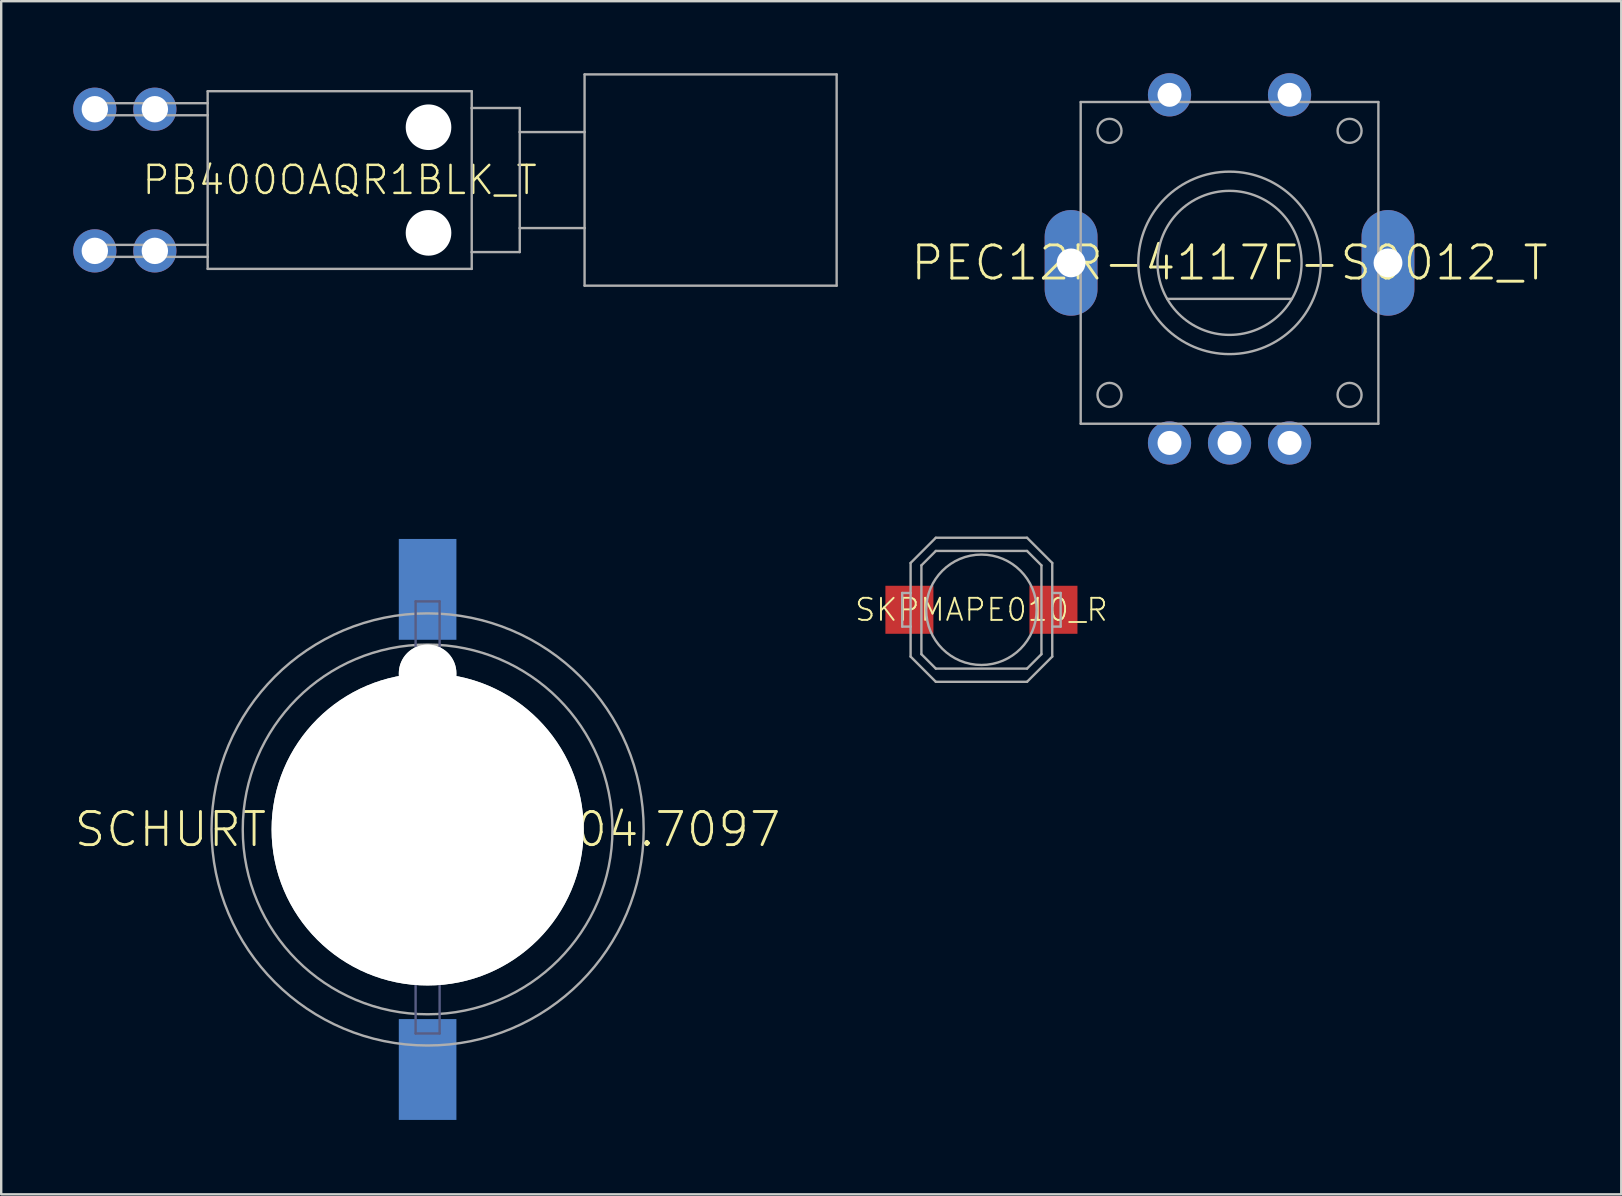
<source format=kicad_pcb>
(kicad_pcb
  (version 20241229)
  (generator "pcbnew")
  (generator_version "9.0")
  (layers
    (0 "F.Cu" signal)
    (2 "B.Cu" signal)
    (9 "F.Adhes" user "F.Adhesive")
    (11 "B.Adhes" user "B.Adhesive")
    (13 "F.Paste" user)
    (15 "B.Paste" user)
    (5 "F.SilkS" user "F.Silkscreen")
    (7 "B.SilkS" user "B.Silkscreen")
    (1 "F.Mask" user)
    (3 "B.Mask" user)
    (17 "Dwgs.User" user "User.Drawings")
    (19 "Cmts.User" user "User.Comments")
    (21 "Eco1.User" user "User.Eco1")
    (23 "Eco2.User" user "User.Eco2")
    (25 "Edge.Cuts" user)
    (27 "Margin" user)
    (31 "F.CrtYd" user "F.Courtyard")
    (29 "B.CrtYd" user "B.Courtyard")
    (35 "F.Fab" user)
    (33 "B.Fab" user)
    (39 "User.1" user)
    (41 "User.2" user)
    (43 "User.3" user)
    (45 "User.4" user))
  (footprint "SKPMAPE010_R"
    (layer "F.Cu")
    (at 37.831 22.35)
    (property "Reference" "SKPMAPE010_R" (at 0 0 0) (unlocked yes) (layer "F.SilkS") (effects (font (size 0.92 0.92) (thickness 0.08))))
    (fp_poly (pts (xy -2 1) (xy -4 1) (xy -4 -1) (xy -2 -1)) (stroke (width 0) (type default)) (fill yes) (layer "F.Paste"))
    (fp_poly (pts (xy 4 1) (xy 2 1) (xy 2 -1) (xy 4 -1)) (stroke (width 0) (type default)) (fill yes) (layer "F.Paste"))
    (fp_line (start -3.3 -0.7) (end -3.3 0.7) (stroke (width 0.1) (type solid)) (layer "F.Fab"))
    (fp_line (start -3.3 0.7) (end -2.95 0.7) (stroke (width 0.1) (type solid)) (layer "F.Fab"))
    (fp_line (start -2.95 -1.95) (end -1.9 -3) (stroke (width 0.1) (type solid)) (layer "F.Fab"))
    (fp_line (start -2.95 -0.7) (end -3.3 -0.7) (stroke (width 0.1) (type solid)) (layer "F.Fab"))
    (fp_line (start -2.95 -0.7) (end -2.95 -1.95) (stroke (width 0.1) (type solid)) (layer "F.Fab"))
    (fp_line (start -2.95 0.7) (end -2.95 -0.7) (stroke (width 0.1) (type solid)) (layer "F.Fab"))
    (fp_line (start -2.95 1.95) (end -2.95 0.7) (stroke (width 0.1) (type solid)) (layer "F.Fab"))
    (fp_line (start -2.95 1.95) (end -1.9 3) (stroke (width 0.1) (type solid)) (layer "F.Fab"))
    (fp_line (start -2.5 -1.85) (end -1.9 -2.45) (stroke (width 0.1) (type solid)) (layer "F.Fab"))
    (fp_line (start -2.5 1.85) (end -2.5 -1.85) (stroke (width 0.1) (type solid)) (layer "F.Fab"))
    (fp_line (start -2.5 1.85) (end -1.9 2.45) (stroke (width 0.1) (type solid)) (layer "F.Fab"))
    (fp_line (start -1.9 -3) (end 1.9 -3) (stroke (width 0.1) (type solid)) (layer "F.Fab"))
    (fp_line (start -1.9 -2.45) (end 1.9 -2.45) (stroke (width 0.1) (type solid)) (layer "F.Fab"))
    (fp_line (start 1.9 2.45) (end -1.9 2.45) (stroke (width 0.1) (type solid)) (layer "F.Fab"))
    (fp_line (start 1.9 3) (end -1.9 3) (stroke (width 0.1) (type solid)) (layer "F.Fab"))
    (fp_line (start 2.5 -1.85) (end 1.9 -2.45) (stroke (width 0.1) (type solid)) (layer "F.Fab"))
    (fp_line (start 2.5 -1.85) (end 2.5 1.85) (stroke (width 0.1) (type solid)) (layer "F.Fab"))
    (fp_line (start 2.5 1.85) (end 1.9 2.45) (stroke (width 0.1) (type solid)) (layer "F.Fab"))
    (fp_line (start 2.95 -1.95) (end 1.9 -3) (stroke (width 0.1) (type solid)) (layer "F.Fab"))
    (fp_line (start 2.95 -1.95) (end 2.95 1.95) (stroke (width 0.1) (type solid)) (layer "F.Fab"))
    (fp_line (start 2.95 0.7) (end 3.3 0.7) (stroke (width 0.1) (type solid)) (layer "F.Fab"))
    (fp_line (start 2.95 1.95) (end 1.9 3) (stroke (width 0.1) (type solid)) (layer "F.Fab"))
    (fp_line (start 3.3 -0.7) (end 2.95 -0.7) (stroke (width 0.1) (type solid)) (layer "F.Fab"))
    (fp_line (start 3.3 0.7) (end 3.3 -0.7) (stroke (width 0.1) (type solid)) (layer "F.Fab"))
    (fp_circle (center 0 0) (end 2.3 0) (stroke (width 0.1) (type solid)) (fill no) (layer "F.Fab"))
    (pad "1" smd rect (at -3 0) (size 2 2) (layers "F.Cu" "F.Mask"))
    (pad "2" smd rect (at 3 0) (size 2 2) (layers "F.Cu" "F.Mask")))
  (footprint "PB400OAQR1BLK_T"
    (layer "F.Cu")
    (at 2.15 4.45)
    (property "Reference" "PB400OAQR1BLK_T" (at 8.95 0 0) (unlocked yes) (layer "F.SilkS") (effects (font (size 1.168 1.168) (thickness 0.102))))
    (fp_line (start -1.25 -3.2) (end -1.25 -2.7) (stroke (width 0.1) (type solid)) (layer "F.Fab"))
    (fp_line (start -1.25 -2.7) (end 3.45 -2.7) (stroke (width 0.1) (type solid)) (layer "F.Fab"))
    (fp_line (start -1.25 2.7) (end -1.25 3.2) (stroke (width 0.1) (type solid)) (layer "F.Fab"))
    (fp_line (start -1.25 3.2) (end 3.45 3.2) (stroke (width 0.1) (type solid)) (layer "F.Fab"))
    (fp_line (start 3.45 -3.7) (end 3.45 -3.2) (stroke (width 0.1) (type solid)) (layer "F.Fab"))
    (fp_line (start 3.45 -3.2) (end -1.25 -3.2) (stroke (width 0.1) (type solid)) (layer "F.Fab"))
    (fp_line (start 3.45 -3.2) (end 3.45 -2.7) (stroke (width 0.1) (type solid)) (layer "F.Fab"))
    (fp_line (start 3.45 -2.7) (end 3.45 2.7) (stroke (width 0.1) (type solid)) (layer "F.Fab"))
    (fp_line (start 3.45 2.7) (end -1.25 2.7) (stroke (width 0.1) (type solid)) (layer "F.Fab"))
    (fp_line (start 3.45 2.7) (end 3.45 3.2) (stroke (width 0.1) (type solid)) (layer "F.Fab"))
    (fp_line (start 3.45 3.2) (end 3.45 3.7) (stroke (width 0.1) (type solid)) (layer "F.Fab"))
    (fp_line (start 3.45 3.7) (end 14.45 3.7) (stroke (width 0.1) (type solid)) (layer "F.Fab"))
    (fp_line (start 14.45 -3.7) (end 3.45 -3.7) (stroke (width 0.1) (type solid)) (layer "F.Fab"))
    (fp_line (start 14.45 -3) (end 14.45 -3.7) (stroke (width 0.1) (type solid)) (layer "F.Fab"))
    (fp_line (start 14.45 -3) (end 16.45 -3) (stroke (width 0.1) (type solid)) (layer "F.Fab"))
    (fp_line (start 14.45 3) (end 14.45 -3) (stroke (width 0.1) (type solid)) (layer "F.Fab"))
    (fp_line (start 14.45 3.7) (end 14.45 3) (stroke (width 0.1) (type solid)) (layer "F.Fab"))
    (fp_line (start 16.45 -3) (end 16.45 -2) (stroke (width 0.1) (type solid)) (layer "F.Fab"))
    (fp_line (start 16.45 -2) (end 16.45 2) (stroke (width 0.1) (type solid)) (layer "F.Fab"))
    (fp_line (start 16.45 2) (end 16.45 3) (stroke (width 0.1) (type solid)) (layer "F.Fab"))
    (fp_line (start 16.45 2) (end 19.15 2) (stroke (width 0.1) (type solid)) (layer "F.Fab"))
    (fp_line (start 16.45 3) (end 14.45 3) (stroke (width 0.1) (type solid)) (layer "F.Fab"))
    (fp_line (start 19.15 -4.4) (end 29.65 -4.4) (stroke (width 0.1) (type solid)) (layer "F.Fab"))
    (fp_line (start 19.15 -2) (end 16.45 -2) (stroke (width 0.1) (type solid)) (layer "F.Fab"))
    (fp_line (start 19.15 -2) (end 19.15 -4.4) (stroke (width 0.1) (type solid)) (layer "F.Fab"))
    (fp_line (start 19.15 2) (end 19.15 -2) (stroke (width 0.1) (type solid)) (layer "F.Fab"))
    (fp_line (start 19.15 4.4) (end 19.15 2) (stroke (width 0.1) (type solid)) (layer "F.Fab"))
    (fp_line (start 29.65 -4.4) (end 29.65 4.4) (stroke (width 0.1) (type solid)) (layer "F.Fab"))
    (fp_line (start 29.65 4.4) (end 19.15 4.4) (stroke (width 0.1) (type solid)) (layer "F.Fab"))
    (pad "" np_thru_hole circle (at 12.65 -2.2) (size 1.9 1.9) (drill 1.9) (layers "*.Cu" "*.Mask"))
    (pad "" np_thru_hole circle (at 12.65 2.2) (size 1.9 1.9) (drill 1.9) (layers "*.Cu" "*.Mask"))
    (pad "1" thru_hole circle (at -1.25 2.95) (size 1.8 1.8) (drill 1.1) (layers "*.Cu" "*.Mask"))
    (pad "2" thru_hole circle (at 1.25 2.95) (size 1.8 1.8) (drill 1.1) (layers "*.Cu" "*.Mask"))
    (pad "3" thru_hole circle (at -1.25 -2.95) (size 1.8 1.8) (drill 1.1) (layers "*.Cu" "*.Mask"))
    (pad "4" thru_hole circle (at 1.25 -2.95) (size 1.8 1.8) (drill 1.1) (layers "*.Cu" "*.Mask")))
  (footprint "PEC12R-4117F-S0012_T"
    (layer "F.Cu")
    (at 48.166 7.9)
    (property "Reference" "PEC12R-4117F-S0012_T" (at 0 0 0) (unlocked yes) (layer "F.SilkS") (effects (font (size 1.38 1.38) (thickness 0.12))))
    (fp_line (start -6.2 -6.7) (end -6.2 6.7) (stroke (width 0.1) (type solid)) (layer "F.Fab"))
    (fp_line (start -6.2 6.7) (end 6.2 6.7) (stroke (width 0.1) (type solid)) (layer "F.Fab"))
    (fp_line (start -2.598 1.5) (end 2.598 1.5) (stroke (width 0.1) (type solid)) (layer "F.Fab"))
    (fp_line (start 6.2 -6.7) (end -6.2 -6.7) (stroke (width 0.1) (type solid)) (layer "F.Fab"))
    (fp_line (start 6.2 6.7) (end 6.2 -6.7) (stroke (width 0.1) (type solid)) (layer "F.Fab"))
    (fp_circle (center -5 -5.5) (end -4.5 -5.5) (stroke (width 0.1) (type solid)) (fill no) (layer "F.Fab"))
    (fp_circle (center -5 5.5) (end -4.5 5.5) (stroke (width 0.1) (type solid)) (fill no) (layer "F.Fab"))
    (fp_circle (center 0 0) (end 3 0) (stroke (width 0.1) (type solid)) (fill no) (layer "F.Fab"))
    (fp_circle (center 0 0) (end 3.8 0) (stroke (width 0.1) (type solid)) (fill no) (layer "F.Fab"))
    (fp_circle (center 5 -5.5) (end 5.5 -5.5) (stroke (width 0.1) (type solid)) (fill no) (layer "F.Fab"))
    (fp_circle (center 5 5.5) (end 5.5 5.5) (stroke (width 0.1) (type solid)) (fill no) (layer "F.Fab"))
    (pad "1" thru_hole circle (at -2.5 -7) (size 1.8 1.8) (drill 1) (layers "*.Cu" "*.Mask"))
    (pad "2" thru_hole circle (at 2.5 -7) (size 1.8 1.8) (drill 1) (layers "*.Cu" "*.Mask"))
    (pad "A" thru_hole circle (at -2.5 7.5) (size 1.8 1.8) (drill 1) (layers "*.Cu" "*.Mask"))
    (pad "B" thru_hole circle (at 2.5 7.5) (size 1.8 1.8) (drill 1) (layers "*.Cu" "*.Mask"))
    (pad "C" thru_hole circle (at 0 7.5) (size 1.8 1.8) (drill 1) (layers "*.Cu" "*.Mask"))
    (pad "S1" thru_hole oval (at -6.6 0 90) (size 4.4 2.2) (drill 1.2) (layers "*.Cu" "*.Mask"))
    (pad "S2" thru_hole oval (at 6.6 0 90) (size 4.4 2.2) (drill 1.2) (layers "*.Cu" "*.Mask")))
  (footprint "SCHURTER-1241.1104.7097"
    (layer "F.Cu")
    (at 14.762 31.5)
    (property "Reference" "SCHURTER-1241.1104.7097" (at 0 0 0) (unlocked yes) (layer "F.SilkS") (effects (font (size 1.38 1.38) (thickness 0.12))))
    (fp_poly (pts (xy -1.3 -6.35) (xy 1.3 -6.35) (xy 1.3 -12.2) (xy -1.3 -12.2)) (stroke (width 0) (type default)) (fill yes) (layer "B.Mask"))
    (fp_poly (pts (xy -1.3 12.2) (xy 1.3 12.2) (xy 1.3 7.8) (xy -1.3 7.8)) (stroke (width 0) (type default)) (fill yes) (layer "B.Mask"))
    (fp_line (start 0 -6.5) (end 0 -5.3) (stroke (width 2.4) (type solid)) (layer "Edge.Cuts"))
    (fp_circle (center 0 0) (end 5.3 0) (stroke (width 2.4) (type solid)) (fill no) (layer "Edge.Cuts"))
    (fp_line (start -0.5 -9.5) (end 0.5 -9.5) (stroke (width 0.1) (type solid)) (layer "B.Fab"))
    (fp_line (start -0.5 -7.5) (end -0.5 -9.5) (stroke (width 0.1) (type solid)) (layer "B.Fab"))
    (fp_line (start -0.5 6.5) (end -0.5 8.5) (stroke (width 0.1) (type solid)) (layer "B.Fab"))
    (fp_line (start -0.5 8.5) (end 0.5 8.5) (stroke (width 0.1) (type solid)) (layer "B.Fab"))
    (fp_line (start 0.5 -9.5) (end 0.5 -7.5) (stroke (width 0.1) (type solid)) (layer "B.Fab"))
    (fp_line (start 0.5 8.5) (end 0.5 6.5) (stroke (width 0.1) (type solid)) (layer "B.Fab"))
    (fp_circle (center 0 0) (end 7.7 0) (stroke (width 0.1) (type solid)) (fill no) (layer "F.Fab"))
    (fp_circle (center 0 0) (end 9 0) (stroke (width 0.1) (type solid)) (fill no) (layer "F.Fab"))
    (pad "" np_thru_hole circle (at 0 -6.5) (size 2.4 2.4) (drill 2.4) (layers "*.Cu" "*.Mask"))
    (pad "" np_thru_hole circle (at 0 0) (size 13 13) (drill 13) (layers "*.Cu" "*.Mask"))
    (pad "P$1" smd rect (at 0 -10) (size 2.4 4.2) (layers "B.Cu" "B.Paste"))
    (pad "P$2" smd rect (at 0 10) (size 2.4 4.2) (layers "B.Cu" "B.Paste")))
  (gr_rect
    (start -3 -3)
    (end 64.483 46.7)
    (stroke (width 0.1) (type default))
    (fill no)
    (layer "Edge.Cuts")))
</source>
